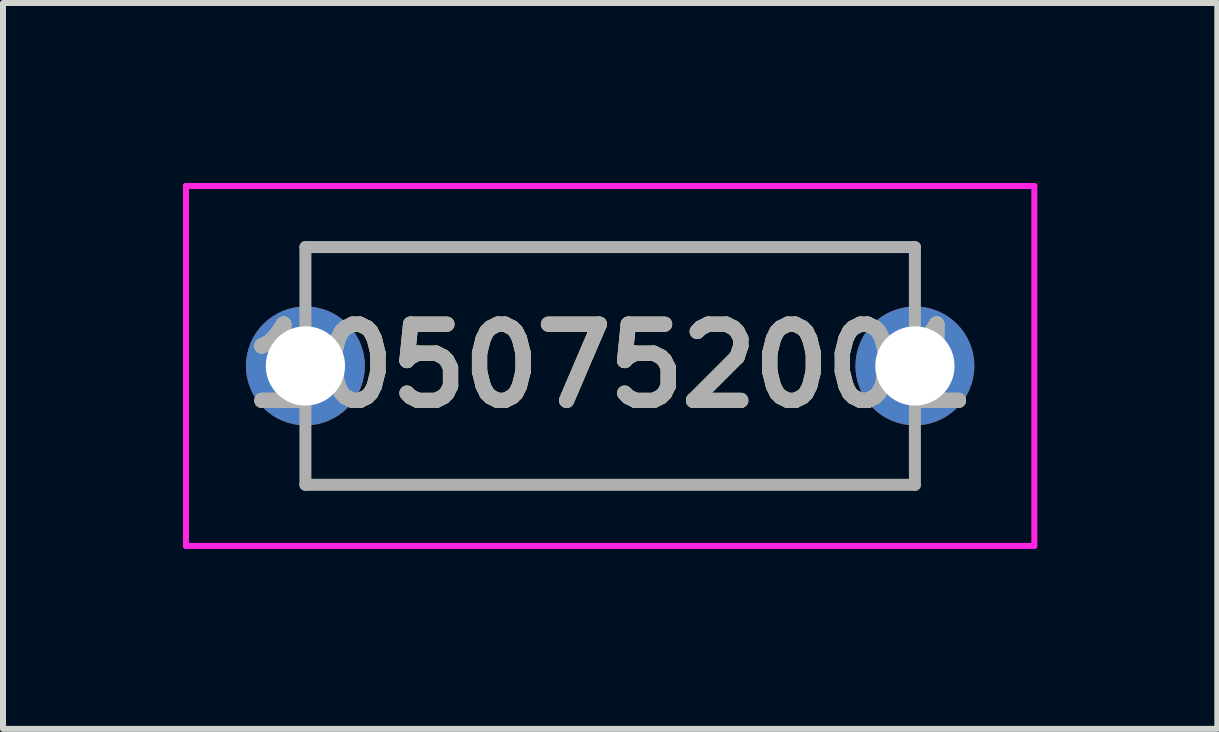
<source format=kicad_pcb>
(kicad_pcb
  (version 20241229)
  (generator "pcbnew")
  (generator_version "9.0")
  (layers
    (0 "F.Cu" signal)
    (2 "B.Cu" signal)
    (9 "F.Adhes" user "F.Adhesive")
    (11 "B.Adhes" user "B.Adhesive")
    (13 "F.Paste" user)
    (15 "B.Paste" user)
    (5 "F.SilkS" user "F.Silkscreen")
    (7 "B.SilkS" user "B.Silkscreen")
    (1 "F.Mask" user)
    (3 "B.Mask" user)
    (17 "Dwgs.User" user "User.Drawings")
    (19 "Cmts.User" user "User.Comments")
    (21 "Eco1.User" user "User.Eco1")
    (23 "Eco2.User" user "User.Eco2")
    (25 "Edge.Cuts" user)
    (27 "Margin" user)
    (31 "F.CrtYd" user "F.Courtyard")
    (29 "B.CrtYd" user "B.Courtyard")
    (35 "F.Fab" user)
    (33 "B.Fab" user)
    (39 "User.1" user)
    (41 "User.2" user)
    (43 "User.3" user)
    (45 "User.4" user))
  (footprint "1050752001"
    (layer "F.Cu")
    (at 2.041 3.05)
    (property "Reference" "1050752001" (at 5.08 0 0) (layer "F.SilkS") (effects (font (size 1.27 1.27) (thickness 0.254))))
    (attr through_hole)
    (fp_line (start 0 -2) (end 10.16 -1.981) (stroke (width 0.1) (type solid)) (layer "F.SilkS"))
    (fp_line (start 0 -1.5) (end 0 -2) (stroke (width 0.1) (type solid)) (layer "F.SilkS"))
    (fp_line (start 0 1.5) (end 0 2) (stroke (width 0.1) (type solid)) (layer "F.SilkS"))
    (fp_line (start 0 2) (end 10.16 2) (stroke (width 0.1) (type solid)) (layer "F.SilkS"))
    (fp_line (start 10.16 -1.981) (end 10.16 -1.5) (stroke (width 0.1) (type solid)) (layer "F.SilkS"))
    (fp_line (start 10.16 2) (end 10.16 1.5) (stroke (width 0.1) (type solid)) (layer "F.SilkS"))
    (fp_line (start -1.991 -3) (end 12.151 -3) (stroke (width 0.1) (type solid)) (layer "F.CrtYd"))
    (fp_line (start -1.991 3) (end -1.991 -3) (stroke (width 0.1) (type solid)) (layer "F.CrtYd"))
    (fp_line (start 12.151 -3) (end 12.151 3) (stroke (width 0.1) (type solid)) (layer "F.CrtYd"))
    (fp_line (start 12.151 3) (end -1.991 3) (stroke (width 0.1) (type solid)) (layer "F.CrtYd"))
    (fp_line (start 0 -1.981) (end 10.16 -1.981) (stroke (width 0.2) (type solid)) (layer "F.Fab"))
    (fp_line (start 0 1.981) (end 0 -1.981) (stroke (width 0.2) (type solid)) (layer "F.Fab"))
    (fp_line (start 10.16 -1.981) (end 10.16 1.981) (stroke (width 0.2) (type solid)) (layer "F.Fab"))
    (fp_line (start 10.16 1.981) (end 0 1.981) (stroke (width 0.2) (type solid)) (layer "F.Fab"))
    (fp_text user "${REFERENCE}" (at 5.08 0 0) (layer "F.Fab") (effects (font (size 1.27 1.27) (thickness 0.254))))
    (pad "1" thru_hole circle (at 0 0) (size 1.981 1.981) (drill 1.321) (layers "*.Cu" "*.Mask"))
    (pad "2" thru_hole circle (at 10.16 0) (size 1.981 1.981) (drill 1.321) (layers "*.Cu" "*.Mask")))
  (gr_rect
    (start -3 -3)
    (end 17.242 9.1)
    (stroke (width 0.1) (type default))
    (fill no)
    (layer "Edge.Cuts")))
</source>
